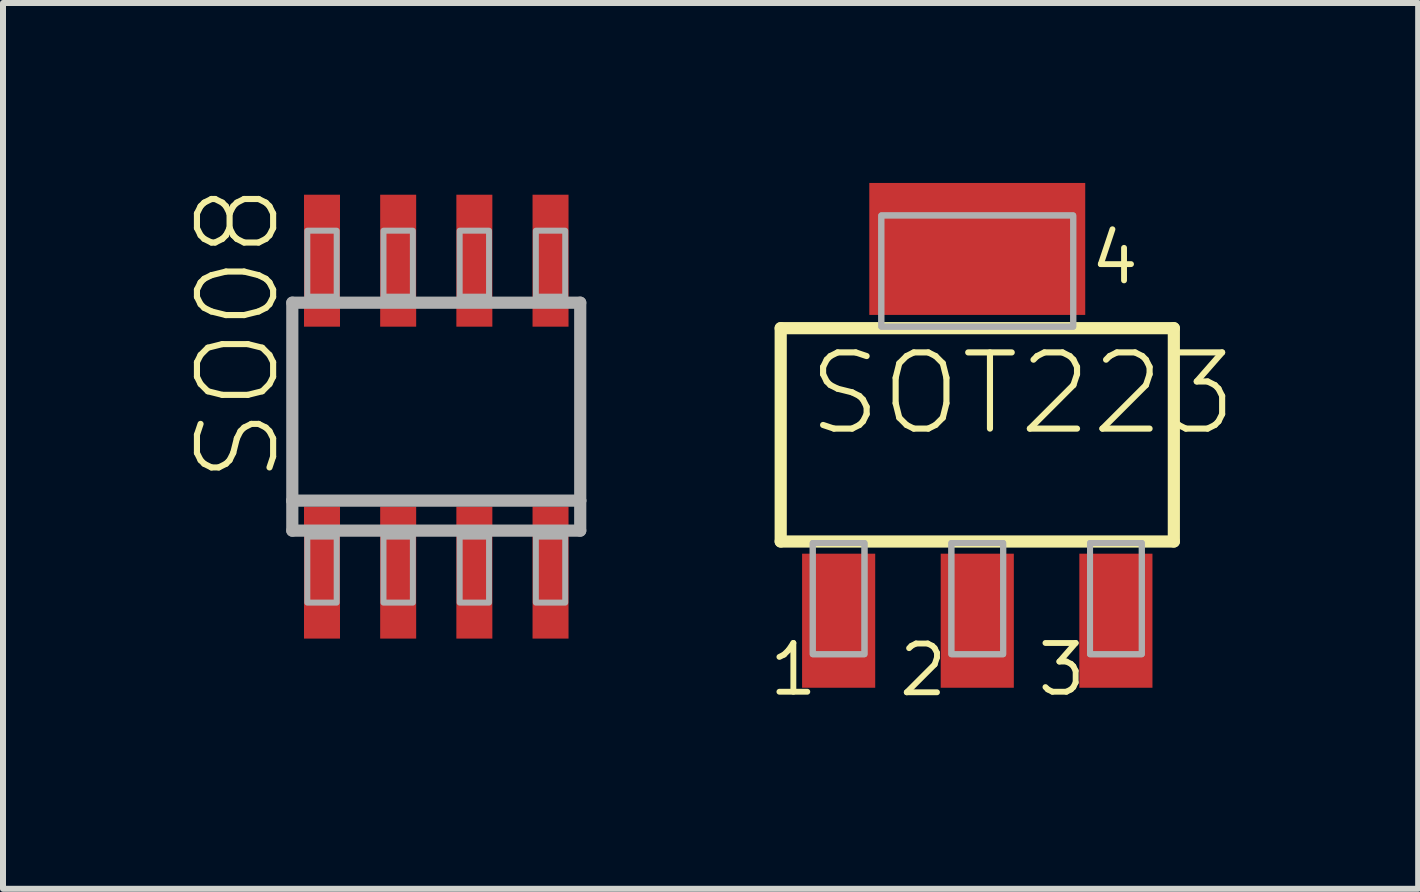
<source format=kicad_pcb>
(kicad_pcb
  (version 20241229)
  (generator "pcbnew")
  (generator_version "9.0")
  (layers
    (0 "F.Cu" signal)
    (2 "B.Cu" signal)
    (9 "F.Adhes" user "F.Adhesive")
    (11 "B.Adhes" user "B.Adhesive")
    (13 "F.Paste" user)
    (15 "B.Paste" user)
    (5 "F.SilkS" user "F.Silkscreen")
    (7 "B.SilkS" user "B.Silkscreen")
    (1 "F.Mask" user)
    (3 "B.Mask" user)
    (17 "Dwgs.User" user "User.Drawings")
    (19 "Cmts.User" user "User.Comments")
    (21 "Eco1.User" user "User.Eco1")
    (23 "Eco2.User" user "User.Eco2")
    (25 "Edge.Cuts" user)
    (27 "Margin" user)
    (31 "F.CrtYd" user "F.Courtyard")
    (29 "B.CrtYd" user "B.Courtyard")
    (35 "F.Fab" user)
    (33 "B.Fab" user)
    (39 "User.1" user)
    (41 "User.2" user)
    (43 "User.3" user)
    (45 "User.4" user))
  (footprint "SO08"
    (layer "F.Cu")
    (at 4.223 3.896)
    (property "Reference" "SO08" (at -3.302 -1.391 90) (layer "F.SilkS") (effects (font (size 1.27 1.27) (thickness 0.102))))
    (attr through_hole)
    (fp_line (start -2.4 -1.9) (end 2.4 -1.9) (stroke (width 0.203) (type solid)) (layer "F.Fab"))
    (fp_line (start -2.4 1.4) (end -2.4 -1.9) (stroke (width 0.203) (type solid)) (layer "F.Fab"))
    (fp_line (start -2.4 1.9) (end -2.4 1.4) (stroke (width 0.203) (type solid)) (layer "F.Fab"))
    (fp_line (start 2.4 -1.9) (end 2.4 1.4) (stroke (width 0.203) (type solid)) (layer "F.Fab"))
    (fp_line (start 2.4 1.4) (end -2.4 1.4) (stroke (width 0.203) (type solid)) (layer "F.Fab"))
    (fp_line (start 2.4 1.4) (end 2.4 1.9) (stroke (width 0.203) (type solid)) (layer "F.Fab"))
    (fp_line (start 2.4 1.9) (end -2.4 1.9) (stroke (width 0.203) (type solid)) (layer "F.Fab"))
    (fp_poly (pts (xy -2.15 -3.1) (xy -1.66 -3.1) (xy -1.66 -2) (xy -2.15 -2)) (stroke (width 0.1) (type solid)) (fill no) (layer "F.Fab"))
    (fp_poly (pts (xy -2.15 2) (xy -1.66 2) (xy -1.66 3.1) (xy -2.15 3.1)) (stroke (width 0.1) (type solid)) (fill no) (layer "F.Fab"))
    (fp_poly (pts (xy -0.88 -3.1) (xy -0.39 -3.1) (xy -0.39 -2) (xy -0.88 -2)) (stroke (width 0.1) (type solid)) (fill no) (layer "F.Fab"))
    (fp_poly (pts (xy -0.88 2) (xy -0.39 2) (xy -0.39 3.1) (xy -0.88 3.1)) (stroke (width 0.1) (type solid)) (fill no) (layer "F.Fab"))
    (fp_poly (pts (xy 0.39 -3.1) (xy 0.88 -3.1) (xy 0.88 -2) (xy 0.39 -2)) (stroke (width 0.1) (type solid)) (fill no) (layer "F.Fab"))
    (fp_poly (pts (xy 0.39 2) (xy 0.88 2) (xy 0.88 3.1) (xy 0.39 3.1)) (stroke (width 0.1) (type solid)) (fill no) (layer "F.Fab"))
    (fp_poly (pts (xy 1.66 -3.1) (xy 2.15 -3.1) (xy 2.15 -2) (xy 1.66 -2)) (stroke (width 0.1) (type solid)) (fill no) (layer "F.Fab"))
    (fp_poly (pts (xy 1.66 2) (xy 2.15 2) (xy 2.15 3.1) (xy 1.66 3.1)) (stroke (width 0.1) (type solid)) (fill no) (layer "F.Fab"))
    (pad "1" smd rect (at -1.905 2.6) (size 0.6 2.2) (layers "F.Cu" "F.Mask" "F.Paste"))
    (pad "2" smd rect (at -0.635 2.6) (size 0.6 2.2) (layers "F.Cu" "F.Mask" "F.Paste"))
    (pad "3" smd rect (at 0.635 2.6) (size 0.6 2.2) (layers "F.Cu" "F.Mask" "F.Paste"))
    (pad "4" smd rect (at 1.905 2.6) (size 0.6 2.2) (layers "F.Cu" "F.Mask" "F.Paste"))
    (pad "5" smd rect (at 1.905 -2.6) (size 0.6 2.2) (layers "F.Cu" "F.Mask" "F.Paste"))
    (pad "6" smd rect (at 0.635 -2.6) (size 0.6 2.2) (layers "F.Cu" "F.Mask" "F.Paste"))
    (pad "7" smd rect (at -0.635 -2.6) (size 0.6 2.2) (layers "F.Cu" "F.Mask" "F.Paste"))
    (pad "8" smd rect (at -1.905 -2.6) (size 0.6 2.2) (layers "F.Cu" "F.Mask" "F.Paste")))
  (footprint "SOT223"
    (layer "F.Cu")
    (at 13.242 4.199)
    (property "Reference" "SOT223" (at 0.756 -0.686 0) (layer "F.SilkS") (effects (font (size 1.27 1.27) (thickness 0.102))))
    (attr through_hole)
    (fp_line (start -3.277 -1.778) (end 3.277 -1.778) (stroke (width 0.203) (type solid)) (layer "F.SilkS"))
    (fp_line (start -3.277 1.778) (end -3.277 -1.778) (stroke (width 0.203) (type solid)) (layer "F.SilkS"))
    (fp_line (start 3.277 -1.778) (end 3.277 1.778) (stroke (width 0.203) (type solid)) (layer "F.SilkS"))
    (fp_line (start 3.277 1.778) (end -3.277 1.778) (stroke (width 0.203) (type solid)) (layer "F.SilkS"))
    (fp_poly (pts (xy -2.743 1.803) (xy -1.88 1.803) (xy -1.88 3.658) (xy -2.743 3.658)) (stroke (width 0.1) (type solid)) (fill no) (layer "F.Fab"))
    (fp_poly (pts (xy -2.743 1.803) (xy -1.88 1.803) (xy -1.88 3.658) (xy -2.743 3.658)) (stroke (width 0.1) (type solid)) (fill no) (layer "F.Fab"))
    (fp_poly (pts (xy -1.6 -3.658) (xy 1.6 -3.658) (xy 1.6 -1.803) (xy -1.6 -1.803)) (stroke (width 0.1) (type solid)) (fill no) (layer "F.Fab"))
    (fp_poly (pts (xy -1.6 -3.658) (xy 1.6 -3.658) (xy 1.6 -1.803) (xy -1.6 -1.803)) (stroke (width 0.1) (type solid)) (fill no) (layer "F.Fab"))
    (fp_poly (pts (xy -0.432 1.803) (xy 0.432 1.803) (xy 0.432 3.658) (xy -0.432 3.658)) (stroke (width 0.1) (type solid)) (fill no) (layer "F.Fab"))
    (fp_poly (pts (xy -0.432 1.803) (xy 0.432 1.803) (xy 0.432 3.658) (xy -0.432 3.658)) (stroke (width 0.1) (type solid)) (fill no) (layer "F.Fab"))
    (fp_poly (pts (xy 1.88 1.803) (xy 2.743 1.803) (xy 2.743 3.658) (xy 1.88 3.658)) (stroke (width 0.1) (type solid)) (fill no) (layer "F.Fab"))
    (fp_poly (pts (xy 1.88 1.803) (xy 2.743 1.803) (xy 2.743 3.658) (xy 1.88 3.658)) (stroke (width 0.1) (type solid)) (fill no) (layer "F.Fab"))
    (fp_text user "1" (at -3.066 3.912 0) (layer "F.SilkS") (effects (font (size 0.813 0.813) (thickness 0.098))))
    (fp_text user "4" (at 2.292 -2.946 0) (layer "F.SilkS") (effects (font (size 0.813 0.813) (thickness 0.098))))
    (fp_text user "3" (at 1.408 3.912 0) (layer "F.SilkS") (effects (font (size 0.813 0.813) (thickness 0.098))))
    (fp_text user "2" (at -0.904 3.921 0) (layer "F.SilkS") (effects (font (size 0.813 0.813) (thickness 0.098))))
    (pad "1" smd rect (at -2.311 3.099) (size 1.219 2.235) (layers "F.Cu" "F.Mask" "F.Paste"))
    (pad "2" smd rect (at 0 3.099) (size 1.219 2.235) (layers "F.Cu" "F.Mask" "F.Paste"))
    (pad "3" smd rect (at 2.311 3.099) (size 1.219 2.235) (layers "F.Cu" "F.Mask" "F.Paste"))
    (pad "4" smd rect (at 0 -3.099) (size 3.6 2.2) (layers "F.Cu" "F.Mask" "F.Paste")))
  (gr_rect
    (start -3 -3)
    (end 20.592 11.767)
    (stroke (width 0.1) (type default))
    (fill no)
    (layer "Edge.Cuts")))
</source>
